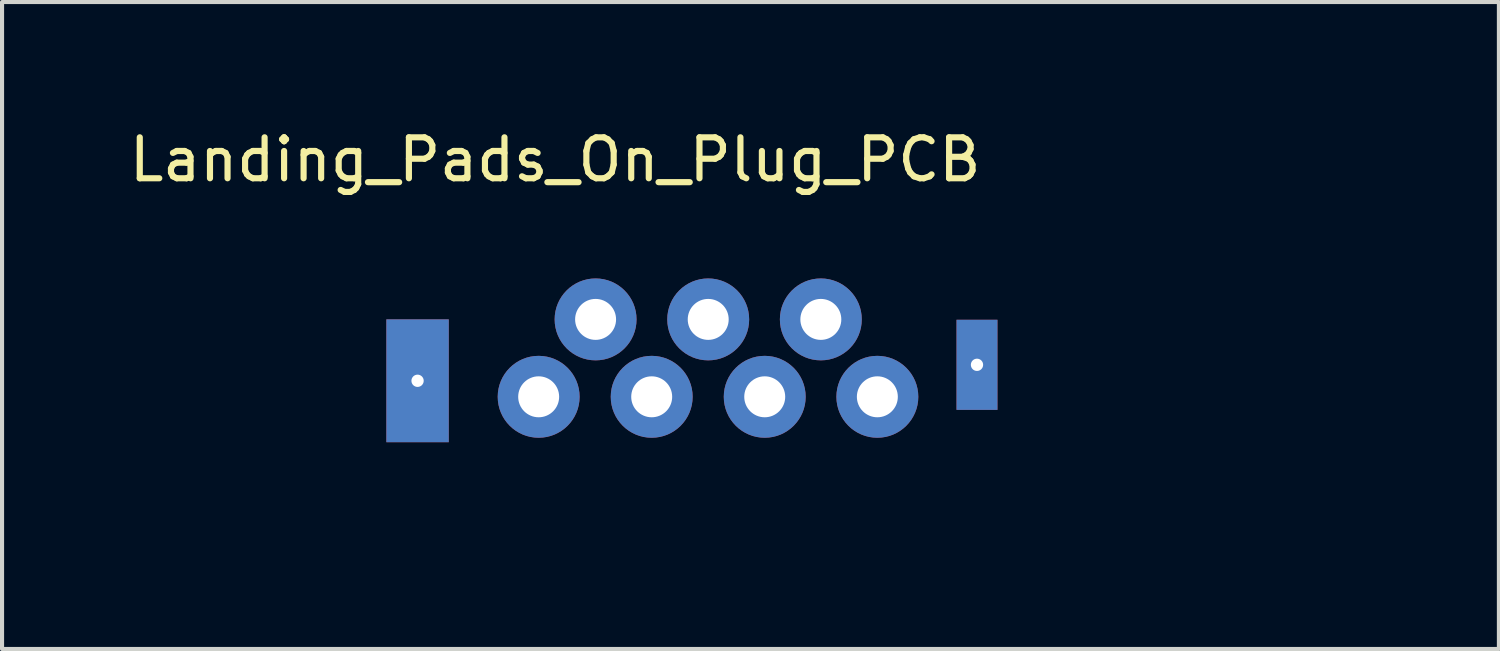
<source format=kicad_pcb>
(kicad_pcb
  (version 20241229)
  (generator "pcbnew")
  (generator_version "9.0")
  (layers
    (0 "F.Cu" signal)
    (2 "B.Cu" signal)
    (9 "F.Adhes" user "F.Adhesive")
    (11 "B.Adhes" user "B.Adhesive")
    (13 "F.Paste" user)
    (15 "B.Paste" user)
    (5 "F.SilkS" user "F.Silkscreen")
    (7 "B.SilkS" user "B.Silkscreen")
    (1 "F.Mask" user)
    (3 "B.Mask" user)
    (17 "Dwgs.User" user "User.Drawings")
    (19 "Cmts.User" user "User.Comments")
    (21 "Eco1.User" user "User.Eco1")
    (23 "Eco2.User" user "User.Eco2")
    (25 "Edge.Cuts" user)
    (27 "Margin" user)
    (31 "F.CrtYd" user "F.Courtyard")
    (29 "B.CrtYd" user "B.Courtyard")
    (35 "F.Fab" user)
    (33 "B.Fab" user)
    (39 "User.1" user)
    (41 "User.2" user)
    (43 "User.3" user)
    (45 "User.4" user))
  (footprint "Landing_Pads_On_Plug_PCB"
    (layer "F.Cu")
    (at 18.216 5.448)
    (property "Reference" "Landing_Pads_On_Plug_PCB" (at -7.71 -4.6 0) (layer "F.SilkS") (effects (font (size 1 1) (thickness 0.15))))
    (attr through_hole)
    (fp_poly (pts (xy 9.528 -4.338) (xy 9.56 -4.327) (xy 9.612 -4.306) (xy 9.68 -4.275) (xy 9.758 -4.238) (xy 9.842 -4.197) (xy 9.929 -4.153) (xy 10.013 -4.109) (xy 10.091 -4.066) (xy 10.157 -4.029) (xy 10.168 -4.022) (xy 10.411 -3.863) (xy 10.642 -3.69) (xy 10.865 -3.498) (xy 11.058 -3.31) (xy 11.256 -3.098) (xy 11.431 -2.886) (xy 11.588 -2.669) (xy 11.73 -2.439) (xy 11.864 -2.192) (xy 11.902 -2.114) (xy 12.007 -1.885) (xy 12.093 -1.664) (xy 12.166 -1.442) (xy 12.227 -1.211) (xy 12.245 -1.132) (xy 12.266 -1.036) (xy 12.283 -0.952) (xy 12.297 -0.874) (xy 12.308 -0.8) (xy 12.316 -0.724) (xy 12.321 -0.642) (xy 12.325 -0.55) (xy 12.327 -0.444) (xy 12.329 -0.32) (xy 12.329 -0.172) (xy 12.329 -0.157) (xy 12.328 0.005) (xy 12.327 0.144) (xy 12.323 0.264) (xy 12.317 0.37) (xy 12.309 0.467) (xy 12.297 0.559) (xy 12.282 0.65) (xy 12.263 0.745) (xy 12.239 0.848) (xy 12.212 0.955) (xy 12.114 1.288) (xy 11.991 1.609) (xy 11.845 1.918) (xy 11.677 2.214) (xy 11.488 2.495) (xy 11.279 2.761) (xy 11.052 3.01) (xy 10.806 3.241) (xy 10.544 3.454) (xy 10.267 3.647) (xy 9.976 3.819) (xy 9.671 3.969) (xy 9.354 4.096) (xy 9.026 4.199) (xy 8.738 4.267) (xy 8.716 4.272) (xy 8.696 4.277) (xy 8.677 4.281) (xy 8.66 4.285) (xy 8.643 4.289) (xy 8.626 4.293) (xy 8.609 4.296) (xy 8.59 4.3) (xy 8.569 4.303) (xy 8.546 4.306) (xy 8.52 4.309) (xy 8.49 4.312) (xy 8.456 4.314) (xy 8.417 4.317) (xy 8.373 4.319) (xy 8.323 4.321) (xy 8.266 4.323) (xy 8.202 4.325) (xy 8.13 4.327) (xy 8.05 4.329) (xy 7.961 4.33) (xy 7.863 4.332) (xy 7.754 4.333) (xy 7.634 4.334) (xy 7.504 4.335) (xy 7.361 4.336) (xy 7.206 4.337) (xy 7.037 4.338) (xy 6.856 4.339) (xy 6.659 4.34) (xy 6.448 4.34) (xy 6.222 4.341) (xy 5.979 4.341) (xy 5.72 4.342) (xy 5.443 4.342) (xy 5.149 4.342) (xy 4.836 4.343) (xy 4.505 4.343) (xy 4.153 4.343) (xy 3.782 4.343) (xy 3.39 4.343) (xy 2.976 4.343) (xy 2.541 4.343) (xy 2.082 4.343) (xy 1.601 4.343) (xy 1.096 4.343) (xy 0.567 4.343) (xy 0.013 4.343) (xy -0.567 4.343) (xy -1.173 4.343) (xy -1.806 4.343) (xy -12.329 4.343) (xy -12.329 2.295) (xy 6.272 2.295) (xy 6.294 2.417) (xy 6.34 2.526) (xy 6.405 2.62) (xy 6.487 2.699) (xy 6.582 2.759) (xy 6.689 2.799) (xy 6.804 2.817) (xy 6.925 2.81) (xy 7.015 2.79) (xy 7.126 2.742) (xy 7.221 2.671) (xy 7.3 2.579) (xy 7.34 2.512) (xy 7.385 2.398) (xy 7.404 2.283) (xy 7.403 2.245) (xy 8.274 2.245) (xy 8.287 2.373) (xy 8.324 2.489) (xy 8.384 2.592) (xy 8.465 2.679) (xy 8.567 2.748) (xy 8.67 2.792) (xy 8.77 2.813) (xy 8.879 2.814) (xy 8.988 2.797) (xy 9.077 2.765) (xy 9.183 2.702) (xy 9.27 2.62) (xy 9.338 2.524) (xy 9.385 2.417) (xy 9.407 2.301) (xy 9.405 2.182) (xy 9.401 2.159) (xy 9.367 2.035) (xy 9.311 1.927) (xy 9.234 1.836) (xy 9.14 1.765) (xy 9.028 1.714) (xy 8.964 1.696) (xy 8.844 1.682) (xy 8.728 1.693) (xy 8.618 1.727) (xy 8.519 1.781) (xy 8.433 1.854) (xy 8.363 1.942) (xy 8.311 2.043) (xy 8.281 2.156) (xy 8.274 2.245) (xy 7.403 2.245) (xy 7.4 2.169) (xy 7.373 2.06) (xy 7.325 1.959) (xy 7.258 1.868) (xy 7.174 1.792) (xy 7.073 1.733) (xy 6.959 1.695) (xy 6.925 1.688) (xy 6.805 1.681) (xy 6.691 1.699) (xy 6.585 1.74) (xy 6.49 1.8) (xy 6.408 1.877) (xy 6.343 1.969) (xy 6.297 2.073) (xy 6.273 2.187) (xy 6.272 2.295) (xy -12.329 2.295) (xy -12.329 1.697) (xy -8.361 1.697) (xy -8.349 1.777) (xy -8.315 1.846) (xy -8.264 1.898) (xy -8.219 1.923) (xy -8.155 1.936) (xy -8.083 1.934) (xy -8.016 1.917) (xy -7.997 1.908) (xy -7.937 1.861) (xy -7.9 1.801) (xy -7.885 1.73) (xy -5.604 1.73) (xy -5.584 1.802) (xy -5.545 1.864) (xy -5.491 1.908) (xy -5.434 1.929) (xy -5.367 1.936) (xy -5.3 1.931) (xy -5.243 1.912) (xy -5.227 1.902) (xy -5.174 1.853) (xy -5.143 1.796) (xy -5.13 1.724) (xy -5.13 1.721) (xy -5.131 1.693) (xy -2.845 1.693) (xy -2.838 1.769) (xy -2.815 1.829) (xy -2.774 1.879) (xy -2.714 1.917) (xy -2.642 1.936) (xy -2.566 1.935) (xy -2.494 1.913) (xy -2.482 1.907) (xy -2.424 1.86) (xy -2.386 1.799) (xy -2.368 1.731) (xy -2.369 1.669) (xy -0.095 1.669) (xy -0.09 1.744) (xy -0.064 1.816) (xy -0.019 1.878) (xy 0.038 1.917) (xy 0.112 1.934) (xy 0.161 1.934) (xy 0.23 1.926) (xy 0.277 1.907) (xy 0.285 1.902) (xy 0.341 1.849) (xy 0.373 1.787) (xy 0.385 1.711) (xy 0.385 1.697) (xy 0.374 1.613) (xy 0.342 1.546) (xy 0.29 1.497) (xy 0.22 1.468) (xy 0.169 1.46) (xy 0.087 1.466) (xy 0.017 1.494) (xy -0.038 1.54) (xy -0.076 1.6) (xy -0.095 1.669) (xy -2.369 1.669) (xy -2.369 1.66) (xy -2.39 1.592) (xy -2.43 1.532) (xy -2.488 1.487) (xy -2.534 1.467) (xy -2.579 1.459) (xy -2.629 1.46) (xy -2.71 1.477) (xy -2.774 1.515) (xy -2.818 1.571) (xy -2.842 1.645) (xy -2.845 1.693) (xy -5.131 1.693) (xy -5.134 1.634) (xy -5.16 1.563) (xy -5.206 1.509) (xy -5.272 1.475) (xy -5.352 1.46) (xy -5.434 1.466) (xy -5.501 1.493) (xy -5.553 1.543) (xy -5.576 1.579) (xy -5.601 1.654) (xy -5.604 1.73) (xy -7.885 1.73) (xy -7.884 1.725) (xy -7.883 1.697) (xy -7.893 1.615) (xy -7.923 1.55) (xy -7.975 1.502) (xy -8.004 1.485) (xy -8.084 1.46) (xy -8.16 1.458) (xy -8.23 1.479) (xy -8.288 1.519) (xy -8.332 1.577) (xy -8.356 1.649) (xy -8.361 1.697) (xy -12.329 1.697) (xy -12.329 -0.701) (xy -9.827 -0.701) (xy -9.827 1.196) (xy 1.856 1.196) (xy 1.856 0.217) (xy 4.769 0.217) (xy 4.775 0.334) (xy 4.803 0.447) (xy 4.852 0.55) (xy 4.854 0.552) (xy 4.931 0.649) (xy 5.023 0.724) (xy 5.129 0.775) (xy 5.249 0.802) (xy 5.354 0.807) (xy 5.421 0.803) (xy 5.472 0.796) (xy 5.518 0.782) (xy 5.569 0.76) (xy 5.68 0.695) (xy 5.768 0.614) (xy 5.834 0.519) (xy 5.876 0.409) (xy 5.894 0.285) (xy 5.894 0.215) (xy 6.476 0.215) (xy 6.481 0.344) (xy 6.509 0.458) (xy 6.56 0.559) (xy 6.635 0.648) (xy 6.645 0.658) (xy 6.738 0.73) (xy 6.837 0.777) (xy 6.946 0.802) (xy 7.058 0.807) (xy 7.125 0.803) (xy 7.176 0.796) (xy 7.222 0.782) (xy 7.273 0.76) (xy 7.383 0.695) (xy 7.471 0.614) (xy 7.537 0.518) (xy 7.579 0.408) (xy 7.597 0.291) (xy 7.776 0.291) (xy 7.795 0.402) (xy 7.837 0.508) (xy 7.901 0.605) (xy 7.925 0.632) (xy 8.009 0.709) (xy 8.099 0.763) (xy 8.197 0.795) (xy 8.31 0.807) (xy 8.364 0.807) (xy 8.431 0.803) (xy 8.482 0.796) (xy 8.528 0.782) (xy 8.579 0.76) (xy 8.683 0.7) (xy 8.766 0.624) (xy 8.831 0.529) (xy 8.846 0.501) (xy 8.874 0.441) (xy 8.89 0.389) (xy 8.899 0.331) (xy 8.903 0.286) (xy 8.903 0.274) (xy 9.777 0.274) (xy 9.795 0.389) (xy 9.836 0.498) (xy 9.897 0.597) (xy 9.976 0.68) (xy 10.071 0.744) (xy 10.083 0.75) (xy 10.143 0.778) (xy 10.196 0.795) (xy 10.25 0.804) (xy 10.315 0.807) (xy 10.37 0.806) (xy 10.437 0.803) (xy 10.487 0.796) (xy 10.532 0.783) (xy 10.584 0.761) (xy 10.587 0.76) (xy 10.693 0.696) (xy 10.78 0.613) (xy 10.846 0.515) (xy 10.89 0.404) (xy 10.91 0.282) (xy 10.909 0.195) (xy 10.887 0.077) (xy 10.842 -0.03) (xy 10.777 -0.124) (xy 10.695 -0.203) (xy 10.598 -0.264) (xy 10.491 -0.305) (xy 10.376 -0.322) (xy 10.263 -0.316) (xy 10.14 -0.284) (xy 10.032 -0.23) (xy 9.939 -0.155) (xy 9.865 -0.062) (xy 9.812 0.048) (xy 9.783 0.157) (xy 9.777 0.274) (xy 8.903 0.274) (xy 8.9 0.158) (xy 8.873 0.044) (xy 8.823 -0.059) (xy 8.747 -0.152) (xy 8.727 -0.171) (xy 8.629 -0.245) (xy 8.52 -0.294) (xy 8.405 -0.319) (xy 8.284 -0.319) (xy 8.163 -0.293) (xy 8.088 -0.263) (xy 7.988 -0.202) (xy 7.907 -0.124) (xy 7.844 -0.032) (xy 7.801 0.071) (xy 7.778 0.179) (xy 7.776 0.291) (xy 7.597 0.291) (xy 7.598 0.283) (xy 7.598 0.206) (xy 7.593 0.138) (xy 7.584 0.087) (xy 7.568 0.039) (xy 7.548 -0.005) (xy 7.482 -0.109) (xy 7.396 -0.195) (xy 7.294 -0.261) (xy 7.179 -0.305) (xy 7.123 -0.317) (xy 7.005 -0.322) (xy 6.889 -0.303) (xy 6.78 -0.261) (xy 6.681 -0.198) (xy 6.598 -0.117) (xy 6.533 -0.02) (xy 6.525 -0.003) (xy 6.502 0.05) (xy 6.488 0.098) (xy 6.48 0.152) (xy 6.476 0.215) (xy 5.894 0.215) (xy 5.889 0.146) (xy 5.881 0.093) (xy 5.866 0.045) (xy 5.845 -0.003) (xy 5.784 -0.103) (xy 5.703 -0.186) (xy 5.607 -0.252) (xy 5.5 -0.298) (xy 5.386 -0.321) (xy 5.27 -0.32) (xy 5.246 -0.316) (xy 5.124 -0.282) (xy 5.015 -0.225) (xy 4.922 -0.147) (xy 4.847 -0.05) (xy 4.822 -0.005) (xy 4.785 0.101) (xy 4.769 0.217) (xy 1.856 0.217) (xy 1.856 -0.701) (xy -9.827 -0.701) (xy -12.329 -0.701) (xy -12.329 -1.207) (xy -6.982 -1.207) (xy -6.97 -1.126) (xy -6.936 -1.058) (xy -6.884 -1.006) (xy -6.818 -0.975) (xy -6.74 -0.966) (xy -6.724 -0.967) (xy -6.672 -0.977) (xy -6.622 -0.994) (xy -6.605 -1.003) (xy -6.554 -1.049) (xy -6.52 -1.111) (xy -6.504 -1.183) (xy -6.505 -1.196) (xy -4.23 -1.196) (xy -4.226 -1.167) (xy -4.201 -1.097) (xy -4.156 -1.036) (xy -4.095 -0.991) (xy -4.024 -0.966) (xy -3.986 -0.962) (xy -3.943 -0.969) (xy -3.894 -0.985) (xy -3.876 -0.993) (xy -3.814 -1.037) (xy -3.772 -1.094) (xy -3.749 -1.159) (xy -3.744 -1.228) (xy -3.745 -1.232) (xy -1.468 -1.232) (xy -1.463 -1.147) (xy -1.435 -1.075) (xy -1.387 -1.018) (xy -1.319 -0.979) (xy -1.307 -0.974) (xy -1.253 -0.967) (xy -1.189 -0.972) (xy -1.128 -0.987) (xy -1.093 -1.003) (xy -1.042 -1.05) (xy -1.008 -1.114) (xy -0.992 -1.19) (xy -0.993 -1.232) (xy -1.011 -1.308) (xy -1.048 -1.369) (xy -1.1 -1.414) (xy -1.162 -1.441) (xy -1.23 -1.45) (xy -1.3 -1.44) (xy -1.366 -1.408) (xy -1.425 -1.355) (xy -1.434 -1.343) (xy -1.454 -1.302) (xy -1.466 -1.245) (xy -1.468 -1.232) (xy -3.745 -1.232) (xy -3.758 -1.294) (xy -3.789 -1.354) (xy -3.838 -1.403) (xy -3.903 -1.435) (xy -3.923 -1.44) (xy -4.006 -1.446) (xy -4.08 -1.429) (xy -4.144 -1.392) (xy -4.192 -1.339) (xy -4.222 -1.273) (xy -4.23 -1.196) (xy -6.505 -1.196) (xy -6.507 -1.256) (xy -6.529 -1.324) (xy -6.548 -1.353) (xy -6.604 -1.408) (xy -6.671 -1.439) (xy -6.742 -1.447) (xy -6.825 -1.435) (xy -6.893 -1.402) (xy -6.943 -1.348) (xy -6.974 -1.278) (xy -6.982 -1.207) (xy -12.329 -1.207) (xy -12.329 -1.736) (xy 5.267 -1.736) (xy 5.284 -1.624) (xy 5.321 -1.517) (xy 5.376 -1.419) (xy 5.448 -1.337) (xy 5.523 -1.282) (xy 5.604 -1.239) (xy 5.678 -1.213) (xy 5.757 -1.201) (xy 5.85 -1.199) (xy 5.855 -1.199) (xy 5.923 -1.203) (xy 5.974 -1.209) (xy 6.018 -1.221) (xy 6.065 -1.241) (xy 6.078 -1.247) (xy 6.181 -1.309) (xy 6.265 -1.387) (xy 6.328 -1.477) (xy 6.373 -1.576) (xy 6.397 -1.681) (xy 6.401 -1.768) (xy 7.274 -1.768) (xy 7.281 -1.659) (xy 7.308 -1.554) (xy 7.354 -1.456) (xy 7.42 -1.369) (xy 7.505 -1.297) (xy 7.531 -1.281) (xy 7.611 -1.239) (xy 7.685 -1.213) (xy 7.763 -1.201) (xy 7.856 -1.199) (xy 7.863 -1.199) (xy 7.929 -1.202) (xy 7.978 -1.208) (xy 8.019 -1.219) (xy 8.063 -1.237) (xy 8.09 -1.25) (xy 8.191 -1.314) (xy 8.274 -1.393) (xy 8.336 -1.485) (xy 8.378 -1.585) (xy 8.401 -1.691) (xy 8.403 -1.732) (xy 9.279 -1.732) (xy 9.293 -1.623) (xy 9.327 -1.519) (xy 9.383 -1.423) (xy 9.459 -1.337) (xy 9.532 -1.281) (xy 9.615 -1.237) (xy 9.702 -1.211) (xy 9.803 -1.2) (xy 9.87 -1.2) (xy 9.936 -1.203) (xy 9.985 -1.208) (xy 10.026 -1.219) (xy 10.069 -1.237) (xy 10.093 -1.248) (xy 10.197 -1.314) (xy 10.281 -1.397) (xy 10.346 -1.494) (xy 10.388 -1.601) (xy 10.408 -1.716) (xy 10.405 -1.835) (xy 10.376 -1.954) (xy 10.351 -2.014) (xy 10.29 -2.114) (xy 10.206 -2.198) (xy 10.101 -2.266) (xy 10.091 -2.271) (xy 10.05 -2.29) (xy 10.016 -2.303) (xy 9.982 -2.311) (xy 9.94 -2.315) (xy 9.882 -2.316) (xy 9.841 -2.316) (xy 9.77 -2.315) (xy 9.718 -2.312) (xy 9.679 -2.306) (xy 9.645 -2.296) (xy 9.608 -2.281) (xy 9.606 -2.279) (xy 9.503 -2.218) (xy 9.42 -2.14) (xy 9.355 -2.049) (xy 9.31 -1.948) (xy 9.284 -1.841) (xy 9.279 -1.732) (xy 8.403 -1.732) (xy 8.405 -1.798) (xy 8.388 -1.905) (xy 8.352 -2.007) (xy 8.296 -2.1) (xy 8.221 -2.183) (xy 8.126 -2.251) (xy 8.086 -2.271) (xy 8.032 -2.294) (xy 7.984 -2.308) (xy 7.931 -2.316) (xy 7.867 -2.32) (xy 7.761 -2.319) (xy 7.671 -2.303) (xy 7.588 -2.271) (xy 7.529 -2.238) (xy 7.439 -2.166) (xy 7.369 -2.08) (xy 7.318 -1.982) (xy 7.286 -1.877) (xy 7.274 -1.768) (xy 6.401 -1.768) (xy 6.402 -1.789) (xy 6.386 -1.895) (xy 6.352 -1.998) (xy 6.297 -2.092) (xy 6.222 -2.176) (xy 6.127 -2.245) (xy 6.092 -2.264) (xy 6.045 -2.287) (xy 6.008 -2.302) (xy 5.973 -2.31) (xy 5.932 -2.315) (xy 5.876 -2.316) (xy 5.835 -2.316) (xy 5.767 -2.316) (xy 5.718 -2.313) (xy 5.681 -2.307) (xy 5.646 -2.296) (xy 5.606 -2.278) (xy 5.577 -2.264) (xy 5.472 -2.198) (xy 5.388 -2.115) (xy 5.325 -2.015) (xy 5.284 -1.897) (xy 5.274 -1.848) (xy 5.267 -1.736) (xy -12.329 -1.736) (xy -12.329 -2.57) (xy 4.024 -2.57) (xy 4.062 -2.629) (xy 4.253 -2.898) (xy 4.467 -3.155) (xy 4.702 -3.397) (xy 4.954 -3.623) (xy 5.222 -3.83) (xy 5.503 -4.016) (xy 5.793 -4.179) (xy 5.966 -4.262) (xy 6.032 -4.291) (xy 6.092 -4.316) (xy 6.138 -4.334) (xy 6.167 -4.343) (xy 6.172 -4.343) (xy 6.182 -4.342) (xy 6.189 -4.335) (xy 6.194 -4.319) (xy 6.197 -4.29) (xy 6.198 -4.244) (xy 6.199 -4.177) (xy 6.199 -4.117) (xy 6.199 -3.89) (xy 9.484 -3.89) (xy 9.484 -4.347) (xy 9.528 -4.338)) (stroke (width 0.01) (type solid)) (fill no) (layer "Eco1.User"))
    (pad "1" thru_hole circle (at -5.353 1.191) (size 2 2) (drill 1) (layers "*.Cu" "*.Mask"))
    (pad "2" thru_hole circle (at -2.593 1.191) (size 2 2) (drill 1) (layers "*.Cu" "*.Mask"))
    (pad "3" thru_hole circle (at -8.113 1.191) (size 2 2) (drill 1) (layers "*.Cu" "*.Mask"))
    (pad "4" thru_hole rect (at -11.07 0.8) (size 1.524 3) (drill 0.3) (layers "*.Cu" "*.Mask"))
    (pad "4" thru_hole rect (at 2.59 0.41) (size 1 2.2) (drill 0.3) (layers "*.Cu" "*.Mask"))
    (pad "5" thru_hole circle (at 0.157 1.191) (size 2 2) (drill 1) (layers "*.Cu" "*.Mask"))
    (pad "6" thru_hole circle (at -1.223 -0.699) (size 2 2) (drill 1) (layers "*.Cu" "*.Mask"))
    (pad "7" thru_hole circle (at -3.973 -0.699) (size 2 2) (drill 1) (layers "*.Cu" "*.Mask"))
    (pad "8" thru_hole circle (at -6.723 -0.699) (size 2 2) (drill 1) (layers "*.Cu" "*.Mask")))
  (gr_rect
    (start -3 -3)
    (end 33.55 12.797)
    (stroke (width 0.1) (type default))
    (fill no)
    (layer "Edge.Cuts")))
</source>
